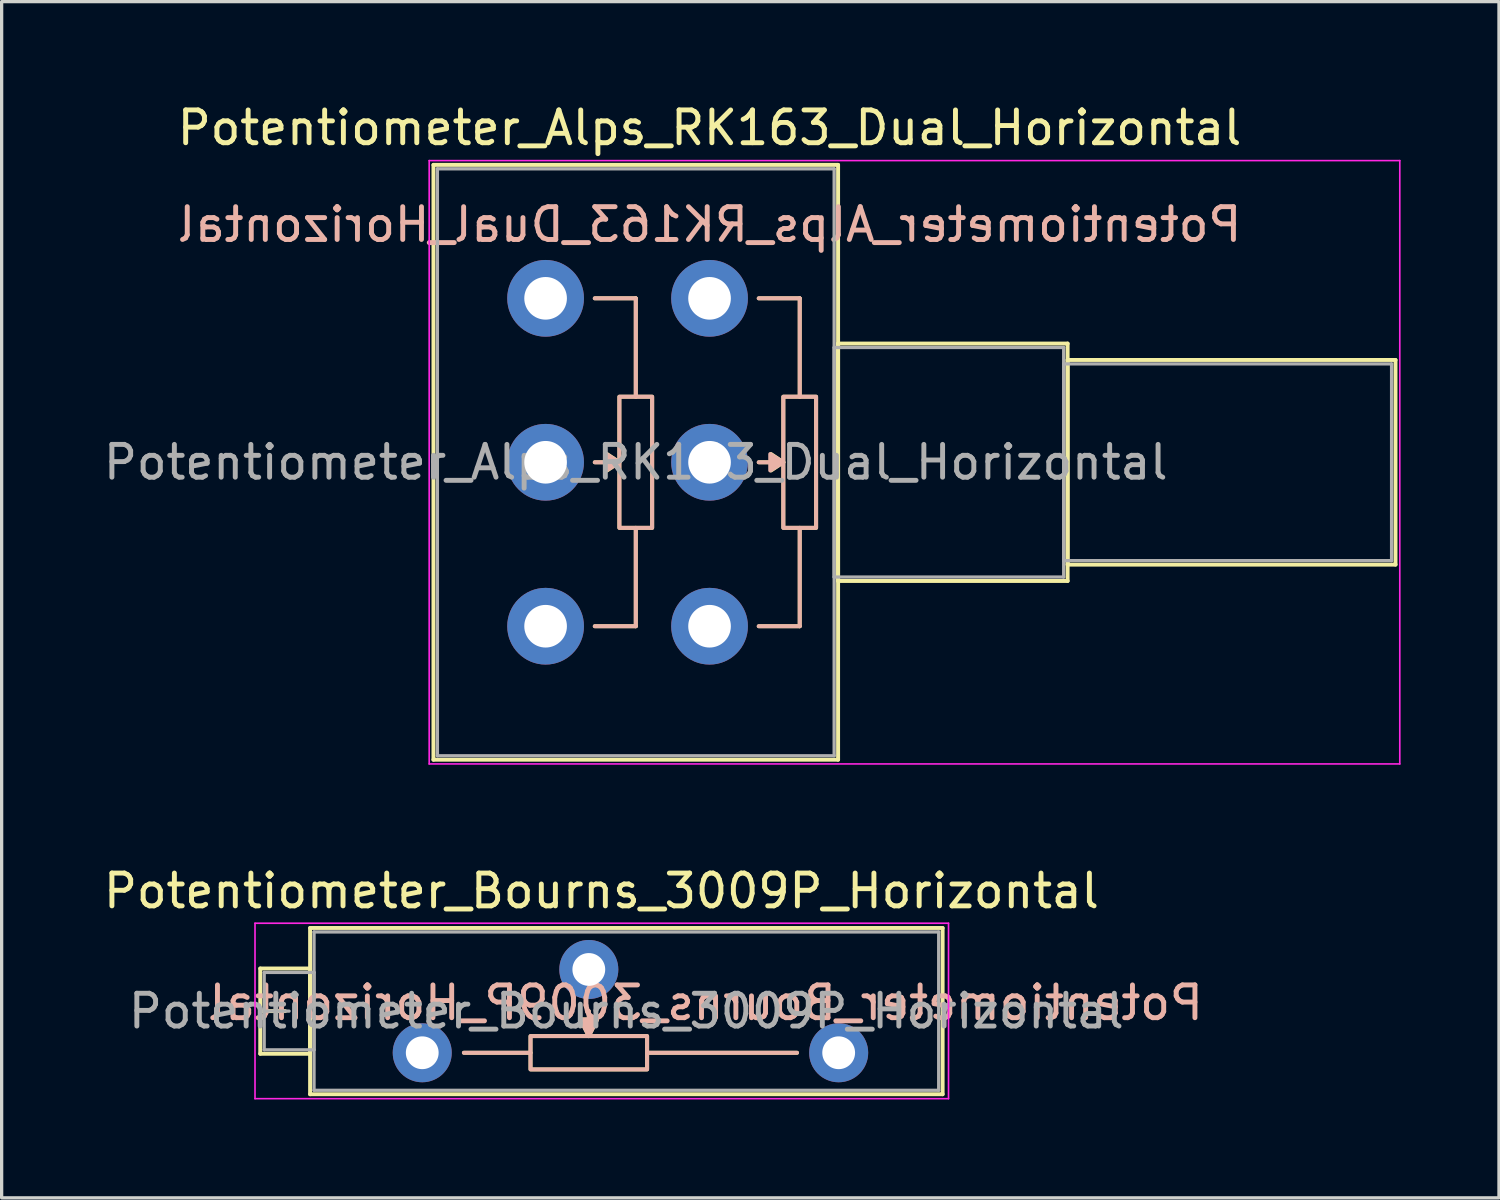
<source format=kicad_pcb>
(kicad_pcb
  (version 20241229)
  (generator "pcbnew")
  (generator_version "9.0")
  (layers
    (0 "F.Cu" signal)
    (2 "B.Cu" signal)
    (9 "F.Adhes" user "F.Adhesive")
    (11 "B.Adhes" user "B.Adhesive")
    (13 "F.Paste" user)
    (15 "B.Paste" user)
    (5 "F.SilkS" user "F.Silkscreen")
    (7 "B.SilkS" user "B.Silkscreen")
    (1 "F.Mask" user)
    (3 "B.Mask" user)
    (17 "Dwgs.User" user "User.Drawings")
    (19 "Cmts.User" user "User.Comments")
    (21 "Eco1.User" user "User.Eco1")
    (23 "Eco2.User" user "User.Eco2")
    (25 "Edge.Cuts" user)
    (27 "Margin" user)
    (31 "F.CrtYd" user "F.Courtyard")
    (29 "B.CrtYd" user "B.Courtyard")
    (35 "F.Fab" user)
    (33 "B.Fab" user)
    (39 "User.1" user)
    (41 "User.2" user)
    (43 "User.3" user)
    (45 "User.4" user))
  (footprint "Potentiometer_Bourns_3009P_Horizontal"
    (layer "F.Cu")
    (at 22.527 29.056)
    (property "Reference" "Potentiometer_Bourns_3009P_Horizontal" (at -7.235 -4.935 0) (layer "F.SilkS") (effects (font (size 1 1) (thickness 0.15))))
    (attr through_hole)
    (fp_line (start -17.64 -2.569) (end -17.64 0.03) (stroke (width 0.12) (type solid)) (layer "F.SilkS"))
    (fp_line (start -17.64 -2.569) (end -16.121 -2.569) (stroke (width 0.12) (type solid)) (layer "F.SilkS"))
    (fp_line (start -17.64 -1.27) (end -16.881 -1.27) (stroke (width 0.12) (type solid)) (layer "F.SilkS"))
    (fp_line (start -17.64 0.03) (end -16.121 0.03) (stroke (width 0.12) (type solid)) (layer "F.SilkS"))
    (fp_line (start -16.121 -2.569) (end -16.121 0.03) (stroke (width 0.12) (type solid)) (layer "F.SilkS"))
    (fp_line (start -16.12 -3.805) (end -16.12 1.265) (stroke (width 0.12) (type solid)) (layer "F.SilkS"))
    (fp_line (start -16.12 -3.805) (end 3.17 -3.805) (stroke (width 0.12) (type solid)) (layer "F.SilkS"))
    (fp_line (start -16.12 1.265) (end 3.17 1.265) (stroke (width 0.12) (type solid)) (layer "F.SilkS"))
    (fp_line (start -9.398 0) (end -11.43 0) (stroke (width 0.12) (type solid)) (layer "F.SilkS"))
    (fp_line (start -7.62 -1.27) (end -7.62 -0.508) (stroke (width 0.12) (type solid)) (layer "F.SilkS"))
    (fp_line (start -5.842 0) (end -1.27 0) (stroke (width 0.12) (type solid)) (layer "F.SilkS"))
    (fp_line (start 3.17 -3.805) (end 3.17 1.265) (stroke (width 0.12) (type solid)) (layer "F.SilkS"))
    (fp_rect (start -9.398 -0.508) (end -5.842 0.508) (stroke (width 0.12) (type solid)) (fill no) (layer "F.SilkS"))
    (fp_poly (pts (xy -7.62 -0.508) (xy -7.874 -1.016) (xy -7.366 -1.016)) (stroke (width 0.12) (type solid)) (fill yes) (layer "F.SilkS"))
    (fp_line (start -11.43 0) (end -9.398 0) (stroke (width 0.12) (type solid)) (layer "B.SilkS"))
    (fp_line (start -7.62 -1.27) (end -7.62 -0.508) (stroke (width 0.12) (type solid)) (layer "B.SilkS"))
    (fp_line (start -1.27 0) (end -5.842 0) (stroke (width 0.12) (type solid)) (layer "B.SilkS"))
    (fp_rect (start -9.398 -0.508) (end -5.842 0.508) (stroke (width 0.12) (type solid)) (fill no) (layer "B.SilkS"))
    (fp_poly (pts (xy -7.62 -0.508) (xy -7.874 -1.016) (xy -7.366 -1.016)) (stroke (width 0.12) (type solid)) (fill yes) (layer "B.SilkS"))
    (fp_line (start -17.8 -3.95) (end -17.8 1.4) (stroke (width 0.05) (type solid)) (layer "F.CrtYd"))
    (fp_line (start -17.8 1.4) (end 3.35 1.4) (stroke (width 0.05) (type solid)) (layer "F.CrtYd"))
    (fp_line (start 3.35 -3.95) (end -17.8 -3.95) (stroke (width 0.05) (type solid)) (layer "F.CrtYd"))
    (fp_line (start 3.35 1.4) (end 3.35 -3.95) (stroke (width 0.05) (type solid)) (layer "F.CrtYd"))
    (fp_line (start -17.52 -2.45) (end -17.52 -0.09) (stroke (width 0.1) (type solid)) (layer "F.Fab"))
    (fp_line (start -17.52 -1.27) (end -16.76 -1.27) (stroke (width 0.1) (type solid)) (layer "F.Fab"))
    (fp_line (start -17.52 -0.09) (end -16 -0.09) (stroke (width 0.1) (type solid)) (layer "F.Fab"))
    (fp_line (start -16 -3.685) (end -16 1.145) (stroke (width 0.1) (type solid)) (layer "F.Fab"))
    (fp_line (start -16 -2.45) (end -17.52 -2.45) (stroke (width 0.1) (type solid)) (layer "F.Fab"))
    (fp_line (start -16 -0.09) (end -16 -2.45) (stroke (width 0.1) (type solid)) (layer "F.Fab"))
    (fp_line (start -16 1.145) (end 3.05 1.145) (stroke (width 0.1) (type solid)) (layer "F.Fab"))
    (fp_line (start 3.05 -3.685) (end -16 -3.685) (stroke (width 0.1) (type solid)) (layer "F.Fab"))
    (fp_line (start 3.05 1.145) (end 3.05 -3.685) (stroke (width 0.1) (type solid)) (layer "F.Fab"))
    (fp_text user "${REFERENCE}" (at -4.064 -1.524 0) (unlocked yes) (layer "B.SilkS") (effects (font (size 1 1) (thickness 0.15)) (justify mirror)))
    (fp_text user "${REFERENCE}" (at -6.475 -1.27 0) (layer "F.Fab") (effects (font (size 1 1) (thickness 0.15))))
    (pad "1" thru_hole circle (at 0 0) (size 1.8 1.8) (drill 1) (layers "*.Cu" "*.Mask"))
    (pad "2" thru_hole circle (at -7.62 -2.54) (size 1.8 1.8) (drill 1) (layers "*.Cu" "*.Mask"))
    (pad "3" thru_hole circle (at -12.7 0) (size 1.8 1.8) (drill 1) (layers "*.Cu" "*.Mask")))
  (footprint "Potentiometer_Alps_RK163_Dual_Horizontal"
    (layer "F.Cu")
    (at 18.589 16.048)
    (property "Reference" "Potentiometer_Alps_RK163_Dual_Horizontal" (at 0 -15.2 0) (layer "F.SilkS") (effects (font (size 1 1) (thickness 0.15))))
    (attr through_hole)
    (fp_line (start -8.42 -14.07) (end -8.42 4.07) (stroke (width 0.12) (type solid)) (layer "F.SilkS"))
    (fp_line (start -8.42 -14.07) (end 3.92 -14.07) (stroke (width 0.12) (type solid)) (layer "F.SilkS"))
    (fp_line (start -8.42 4.07) (end 3.92 4.07) (stroke (width 0.12) (type solid)) (layer "F.SilkS"))
    (fp_line (start -2.75 -5) (end -3.5 -5) (stroke (width 0.12) (type solid)) (layer "F.SilkS"))
    (fp_line (start -2.25 -10) (end -3.5 -10) (stroke (width 0.12) (type solid)) (layer "F.SilkS"))
    (fp_line (start -2.25 -7) (end -2.25 -10) (stroke (width 0.12) (type solid)) (layer "F.SilkS"))
    (fp_line (start -2.25 -3) (end -2.25 0) (stroke (width 0.12) (type solid)) (layer "F.SilkS"))
    (fp_line (start -2.25 0) (end -3.5 0) (stroke (width 0.12) (type solid)) (layer "F.SilkS"))
    (fp_line (start 2.25 -5) (end 1.5 -5) (stroke (width 0.12) (type solid)) (layer "F.SilkS"))
    (fp_line (start 2.75 -10) (end 1.5 -10) (stroke (width 0.12) (type solid)) (layer "F.SilkS"))
    (fp_line (start 2.75 -7) (end 2.75 -10) (stroke (width 0.12) (type solid)) (layer "F.SilkS"))
    (fp_line (start 2.75 -3) (end 2.75 0) (stroke (width 0.12) (type solid)) (layer "F.SilkS"))
    (fp_line (start 2.75 0) (end 1.5 0) (stroke (width 0.12) (type solid)) (layer "F.SilkS"))
    (fp_line (start 3.92 -14.07) (end 3.92 4.07) (stroke (width 0.12) (type solid)) (layer "F.SilkS"))
    (fp_line (start 3.92 -8.62) (end 3.92 -1.38) (stroke (width 0.12) (type solid)) (layer "F.SilkS"))
    (fp_line (start 3.92 -8.62) (end 10.92 -8.62) (stroke (width 0.12) (type solid)) (layer "F.SilkS"))
    (fp_line (start 3.92 -1.38) (end 10.92 -1.38) (stroke (width 0.12) (type solid)) (layer "F.SilkS"))
    (fp_line (start 10.92 -8.62) (end 10.92 -1.38) (stroke (width 0.12) (type solid)) (layer "F.SilkS"))
    (fp_line (start 10.92 -8.12) (end 10.92 -1.879) (stroke (width 0.12) (type solid)) (layer "F.SilkS"))
    (fp_line (start 10.92 -8.12) (end 20.92 -8.12) (stroke (width 0.12) (type solid)) (layer "F.SilkS"))
    (fp_line (start 10.92 -1.879) (end 20.92 -1.879) (stroke (width 0.12) (type solid)) (layer "F.SilkS"))
    (fp_line (start 20.92 -8.12) (end 20.92 -1.879) (stroke (width 0.12) (type solid)) (layer "F.SilkS"))
    (fp_rect (start -2.75 -7) (end -1.75 -3) (stroke (width 0.12) (type solid)) (fill no) (layer "F.SilkS"))
    (fp_rect (start 2.25 -7) (end 3.25 -3) (stroke (width 0.12) (type solid)) (fill no) (layer "F.SilkS"))
    (fp_poly (pts (xy -2.75 -5) (xy -3.125 -4.75) (xy -3.125 -5.25)) (stroke (width 0.12) (type solid)) (fill yes) (layer "F.SilkS"))
    (fp_poly (pts (xy 2.25 -5) (xy 1.875 -4.75) (xy 1.875 -5.25)) (stroke (width 0.12) (type solid)) (fill yes) (layer "F.SilkS"))
    (fp_line (start -3.5 -10) (end -2.25 -10) (stroke (width 0.12) (type solid)) (layer "B.SilkS"))
    (fp_line (start -3.5 -5) (end -2.75 -5) (stroke (width 0.12) (type solid)) (layer "B.SilkS"))
    (fp_line (start -3.5 0) (end -2.25 0) (stroke (width 0.12) (type solid)) (layer "B.SilkS"))
    (fp_line (start -2.25 -10) (end -2.25 -7) (stroke (width 0.12) (type solid)) (layer "B.SilkS"))
    (fp_line (start -2.25 0) (end -2.25 -3) (stroke (width 0.12) (type solid)) (layer "B.SilkS"))
    (fp_line (start 1.5 -10) (end 2.75 -10) (stroke (width 0.12) (type solid)) (layer "B.SilkS"))
    (fp_line (start 1.5 -5) (end 2.25 -5) (stroke (width 0.12) (type solid)) (layer "B.SilkS"))
    (fp_line (start 1.5 0) (end 2.75 0) (stroke (width 0.12) (type solid)) (layer "B.SilkS"))
    (fp_line (start 2.75 -10) (end 2.75 -7) (stroke (width 0.12) (type solid)) (layer "B.SilkS"))
    (fp_line (start 2.75 0) (end 2.75 -3) (stroke (width 0.12) (type solid)) (layer "B.SilkS"))
    (fp_rect (start -2.75 -7) (end -1.75 -3) (stroke (width 0.12) (type solid)) (fill no) (layer "B.SilkS"))
    (fp_rect (start 2.25 -7) (end 3.25 -3) (stroke (width 0.12) (type solid)) (fill no) (layer "B.SilkS"))
    (fp_poly (pts (xy -2.75 -5) (xy -3.15 -4.75) (xy -3.15 -5.25)) (stroke (width 0.12) (type solid)) (fill yes) (layer "B.SilkS"))
    (fp_poly (pts (xy 2.25 -5) (xy 1.85 -4.75) (xy 1.85 -5.25)) (stroke (width 0.12) (type solid)) (fill yes) (layer "B.SilkS"))
    (fp_line (start -8.55 -14.2) (end -8.55 4.2) (stroke (width 0.05) (type solid)) (layer "F.CrtYd"))
    (fp_line (start -8.55 4.2) (end 21.05 4.2) (stroke (width 0.05) (type solid)) (layer "F.CrtYd"))
    (fp_line (start 21.05 -14.2) (end -8.55 -14.2) (stroke (width 0.05) (type solid)) (layer "F.CrtYd"))
    (fp_line (start 21.05 4.2) (end 21.05 -14.2) (stroke (width 0.05) (type solid)) (layer "F.CrtYd"))
    (fp_line (start -8.3 -13.95) (end -8.3 3.95) (stroke (width 0.1) (type solid)) (layer "F.Fab"))
    (fp_line (start -8.3 3.95) (end 3.8 3.95) (stroke (width 0.1) (type solid)) (layer "F.Fab"))
    (fp_line (start 3.8 -13.95) (end -8.3 -13.95) (stroke (width 0.1) (type solid)) (layer "F.Fab"))
    (fp_line (start 3.8 -8.5) (end 3.8 -1.5) (stroke (width 0.1) (type solid)) (layer "F.Fab"))
    (fp_line (start 3.8 -1.5) (end 10.8 -1.5) (stroke (width 0.1) (type solid)) (layer "F.Fab"))
    (fp_line (start 3.8 3.95) (end 3.8 -13.95) (stroke (width 0.1) (type solid)) (layer "F.Fab"))
    (fp_line (start 10.8 -8.5) (end 3.8 -8.5) (stroke (width 0.1) (type solid)) (layer "F.Fab"))
    (fp_line (start 10.8 -8) (end 10.8 -2) (stroke (width 0.1) (type solid)) (layer "F.Fab"))
    (fp_line (start 10.8 -2) (end 20.8 -2) (stroke (width 0.1) (type solid)) (layer "F.Fab"))
    (fp_line (start 10.8 -1.5) (end 10.8 -8.5) (stroke (width 0.1) (type solid)) (layer "F.Fab"))
    (fp_line (start 20.8 -8) (end 10.8 -8) (stroke (width 0.1) (type solid)) (layer "F.Fab"))
    (fp_line (start 20.8 -2) (end 20.8 -8) (stroke (width 0.1) (type solid)) (layer "F.Fab"))
    (fp_text user "${REFERENCE}" (at 0 -12.25 0) (unlocked yes) (layer "B.SilkS") (effects (font (size 1 1) (thickness 0.15)) (justify mirror)))
    (fp_text user "${REFERENCE}" (at -2.25 -5 0) (layer "F.Fab") (effects (font (size 1 1) (thickness 0.15))))
    (pad "1" thru_hole circle (at 0 0) (size 2.34 2.34) (drill 1.3) (layers "*.Cu" "*.Mask"))
    (pad "2" thru_hole circle (at 0 -5) (size 2.34 2.34) (drill 1.3) (layers "*.Cu" "*.Mask"))
    (pad "3" thru_hole circle (at 0 -10) (size 2.34 2.34) (drill 1.3) (layers "*.Cu" "*.Mask"))
    (pad "4" thru_hole circle (at -5 0) (size 2.34 2.34) (drill 1.3) (layers "*.Cu" "*.Mask"))
    (pad "5" thru_hole circle (at -5 -5) (size 2.34 2.34) (drill 1.3) (layers "*.Cu" "*.Mask"))
    (pad "6" thru_hole circle (at -5 -10) (size 2.34 2.34) (drill 1.3) (layers "*.Cu" "*.Mask")))
  (gr_rect
    (start -3 -3)
    (end 42.664 33.481)
    (stroke (width 0.1) (type default))
    (fill no)
    (layer "Edge.Cuts")))
</source>
